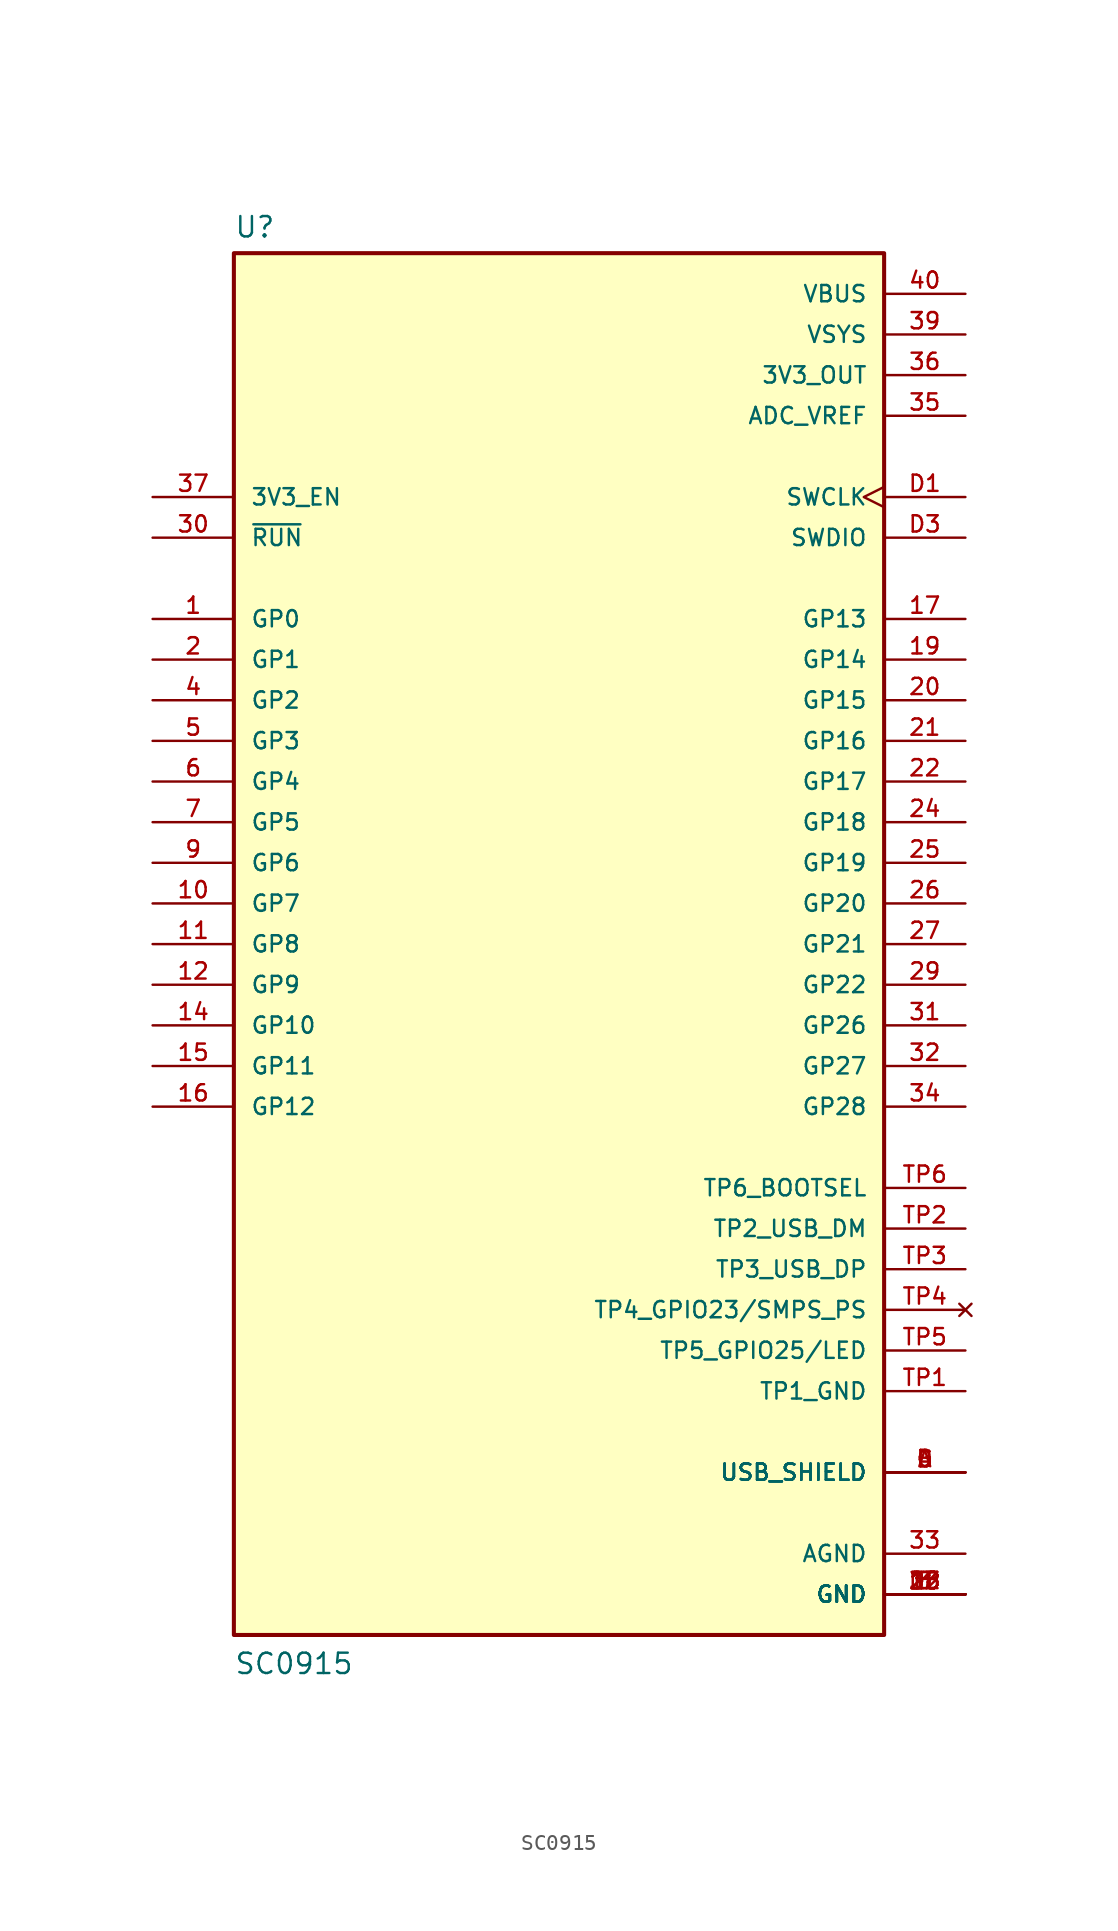
<source format=kicad_sym>
(kicad_symbol_lib
  (version 20211014)
  (generator kicad_symbol_editor)
  (symbol "SC0915"
    (pin_names
      (offset 1.016))
    (property "Reference" "U"
      (at -20.32 44.069 0)
      (effects (font (size 1.27 1.27)) (justify bottom left)))
    (property "Value" "SC0915"
      (at -20.32 -45.72 0)
      (effects (font (size 1.27 1.27)) (justify bottom left)))
    (symbol "SC0915_0_0"
      (rectangle (start -20.32 -43.18) (end 20.32 43.18) (stroke (width 0.254)) (fill (type background)))
      (pin bidirectional line (at -25.4 20.32 0) (length 5.08) (name "GP0" (effects (font (size 1.016 1.016)))) (number "1" (effects (font (size 1.016 1.016)))))
      (pin bidirectional line (at -25.4 17.78 0) (length 5.08) (name "GP1" (effects (font (size 1.016 1.016)))) (number "2" (effects (font (size 1.016 1.016)))))
      (pin power_in line (at 25.4 -40.64 180.0) (length 5.08) (name "GND" (effects (font (size 1.016 1.016)))) (number "3" (effects (font (size 1.016 1.016)))))
      (pin power_in line (at 25.4 -40.64 180.0) (length 5.08) (name "GND" (effects (font (size 1.016 1.016)))) (number "8" (effects (font (size 1.016 1.016)))))
      (pin power_in line (at 25.4 -40.64 180.0) (length 5.08) (name "GND" (effects (font (size 1.016 1.016)))) (number "13" (effects (font (size 1.016 1.016)))))
      (pin power_in line (at 25.4 -40.64 180.0) (length 5.08) (name "GND" (effects (font (size 1.016 1.016)))) (number "18" (effects (font (size 1.016 1.016)))))
      (pin power_in line (at 25.4 -40.64 180.0) (length 5.08) (name "GND" (effects (font (size 1.016 1.016)))) (number "23" (effects (font (size 1.016 1.016)))))
      (pin power_in line (at 25.4 -40.64 180.0) (length 5.08) (name "GND" (effects (font (size 1.016 1.016)))) (number "28" (effects (font (size 1.016 1.016)))))
      (pin power_in line (at 25.4 -40.64 180.0) (length 5.08) (name "GND" (effects (font (size 1.016 1.016)))) (number "38" (effects (font (size 1.016 1.016)))))
      (pin power_in line (at 25.4 -40.64 180.0) (length 5.08) (name "GND" (effects (font (size 1.016 1.016)))) (number "D2" (effects (font (size 1.016 1.016)))))
      (pin bidirectional line (at -25.4 15.24 0) (length 5.08) (name "GP2" (effects (font (size 1.016 1.016)))) (number "4" (effects (font (size 1.016 1.016)))))
      (pin bidirectional line (at -25.4 12.7 0) (length 5.08) (name "GP3" (effects (font (size 1.016 1.016)))) (number "5" (effects (font (size 1.016 1.016)))))
      (pin bidirectional line (at -25.4 10.16 0) (length 5.08) (name "GP4" (effects (font (size 1.016 1.016)))) (number "6" (effects (font (size 1.016 1.016)))))
      (pin bidirectional line (at -25.4 7.62 0) (length 5.08) (name "GP5" (effects (font (size 1.016 1.016)))) (number "7" (effects (font (size 1.016 1.016)))))
      (pin bidirectional line (at -25.4 5.08 0) (length 5.08) (name "GP6" (effects (font (size 1.016 1.016)))) (number "9" (effects (font (size 1.016 1.016)))))
      (pin bidirectional line (at -25.4 2.54 0) (length 5.08) (name "GP7" (effects (font (size 1.016 1.016)))) (number "10" (effects (font (size 1.016 1.016)))))
      (pin bidirectional line (at -25.4 -2.54 0) (length 5.08) (name "GP9" (effects (font (size 1.016 1.016)))) (number "12" (effects (font (size 1.016 1.016)))))
      (pin bidirectional line (at -25.4 0.0 0) (length 5.08) (name "GP8" (effects (font (size 1.016 1.016)))) (number "11" (effects (font (size 1.016 1.016)))))
      (pin bidirectional line (at -25.4 -5.08 0) (length 5.08) (name "GP10" (effects (font (size 1.016 1.016)))) (number "14" (effects (font (size 1.016 1.016)))))
      (pin bidirectional line (at -25.4 -7.62 0) (length 5.08) (name "GP11" (effects (font (size 1.016 1.016)))) (number "15" (effects (font (size 1.016 1.016)))))
      (pin bidirectional line (at -25.4 -10.16 0) (length 5.08) (name "GP12" (effects (font (size 1.016 1.016)))) (number "16" (effects (font (size 1.016 1.016)))))
      (pin bidirectional line (at 25.4 20.32 180.0) (length 5.08) (name "GP13" (effects (font (size 1.016 1.016)))) (number "17" (effects (font (size 1.016 1.016)))))
      (pin bidirectional line (at 25.4 17.78 180.0) (length 5.08) (name "GP14" (effects (font (size 1.016 1.016)))) (number "19" (effects (font (size 1.016 1.016)))))
      (pin bidirectional line (at 25.4 15.24 180.0) (length 5.08) (name "GP15" (effects (font (size 1.016 1.016)))) (number "20" (effects (font (size 1.016 1.016)))))
      (pin bidirectional line (at 25.4 12.7 180.0) (length 5.08) (name "GP16" (effects (font (size 1.016 1.016)))) (number "21" (effects (font (size 1.016 1.016)))))
      (pin bidirectional line (at 25.4 10.16 180.0) (length 5.08) (name "GP17" (effects (font (size 1.016 1.016)))) (number "22" (effects (font (size 1.016 1.016)))))
      (pin bidirectional line (at 25.4 7.62 180.0) (length 5.08) (name "GP18" (effects (font (size 1.016 1.016)))) (number "24" (effects (font (size 1.016 1.016)))))
      (pin bidirectional line (at 25.4 5.08 180.0) (length 5.08) (name "GP19" (effects (font (size 1.016 1.016)))) (number "25" (effects (font (size 1.016 1.016)))))
      (pin bidirectional line (at 25.4 2.54 180.0) (length 5.08) (name "GP20" (effects (font (size 1.016 1.016)))) (number "26" (effects (font (size 1.016 1.016)))))
      (pin bidirectional line (at 25.4 0.0 180.0) (length 5.08) (name "GP21" (effects (font (size 1.016 1.016)))) (number "27" (effects (font (size 1.016 1.016)))))
      (pin bidirectional line (at 25.4 -2.54 180.0) (length 5.08) (name "GP22" (effects (font (size 1.016 1.016)))) (number "29" (effects (font (size 1.016 1.016)))))
      (pin input line (at -25.4 25.4 0) (length 5.08) (name "~{RUN}" (effects (font (size 1.016 1.016)))) (number "30" (effects (font (size 1.016 1.016)))))
      (pin bidirectional line (at 25.4 -5.08 180.0) (length 5.08) (name "GP26" (effects (font (size 1.016 1.016)))) (number "31" (effects (font (size 1.016 1.016)))))
      (pin bidirectional line (at 25.4 -7.62 180.0) (length 5.08) (name "GP27" (effects (font (size 1.016 1.016)))) (number "32" (effects (font (size 1.016 1.016)))))
      (pin power_in line (at 25.4 -38.1 180.0) (length 5.08) (name "AGND" (effects (font (size 1.016 1.016)))) (number "33" (effects (font (size 1.016 1.016)))))
      (pin bidirectional line (at 25.4 -10.16 180.0) (length 5.08) (name "GP28" (effects (font (size 1.016 1.016)))) (number "34" (effects (font (size 1.016 1.016)))))
      (pin power_in line (at 25.4 33.02 180.0) (length 5.08) (name "ADC_VREF" (effects (font (size 1.016 1.016)))) (number "35" (effects (font (size 1.016 1.016)))))
      (pin power_in line (at 25.4 35.56 180.0) (length 5.08) (name "3V3_OUT" (effects (font (size 1.016 1.016)))) (number "36" (effects (font (size 1.016 1.016)))))
      (pin input line (at -25.4 27.94 0) (length 5.08) (name "3V3_EN" (effects (font (size 1.016 1.016)))) (number "37" (effects (font (size 1.016 1.016)))))
      (pin power_in line (at 25.4 38.1 180.0) (length 5.08) (name "VSYS" (effects (font (size 1.016 1.016)))) (number "39" (effects (font (size 1.016 1.016)))))
      (pin power_in line (at 25.4 40.64 180.0) (length 5.08) (name "VBUS" (effects (font (size 1.016 1.016)))) (number "40" (effects (font (size 1.016 1.016)))))
      (pin input clock (at 25.4 27.94 180.0) (length 5.08) (name "SWCLK" (effects (font (size 1.016 1.016)))) (number "D1" (effects (font (size 1.016 1.016)))))
      (pin bidirectional line (at 25.4 25.4 180.0) (length 5.08) (name "SWDIO" (effects (font (size 1.016 1.016)))) (number "D3" (effects (font (size 1.016 1.016)))))
      (pin power_in line (at 25.4 -27.94 180.0) (length 5.08) (name "TP1_GND" (effects (font (size 1.016 1.016)))) (number "TP1" (effects (font (size 1.016 1.016)))))
      (pin bidirectional line (at 25.4 -17.78 180.0) (length 5.08) (name "TP2_USB_DM" (effects (font (size 1.016 1.016)))) (number "TP2" (effects (font (size 1.016 1.016)))))
      (pin bidirectional line (at 25.4 -20.32 180.0) (length 5.08) (name "TP3_USB_DP" (effects (font (size 1.016 1.016)))) (number "TP3" (effects (font (size 1.016 1.016)))))
      (pin no_connect line (at 25.4 -22.86 180.0) (length 5.08) (name "TP4_GPIO23/SMPS_PS" (effects (font (size 1.016 1.016)))) (number "TP4" (effects (font (size 1.016 1.016)))))
      (pin output line (at 25.4 -25.4 180.0) (length 5.08) (name "TP5_GPIO25/LED" (effects (font (size 1.016 1.016)))) (number "TP5" (effects (font (size 1.016 1.016)))))
      (pin input line (at 25.4 -15.24 180.0) (length 5.08) (name "TP6_BOOTSEL" (effects (font (size 1.016 1.016)))) (number "TP6" (effects (font (size 1.016 1.016)))))
      (pin power_in line (at 25.4 -33.02 180.0) (length 5.08) (name "USB_SHIELD" (effects (font (size 1.016 1.016)))) (number "A" (effects (font (size 1.016 1.016)))))
      (pin power_in line (at 25.4 -33.02 180.0) (length 5.08) (name "USB_SHIELD" (effects (font (size 1.016 1.016)))) (number "B" (effects (font (size 1.016 1.016)))))
      (pin power_in line (at 25.4 -33.02 180.0) (length 5.08) (name "USB_SHIELD" (effects (font (size 1.016 1.016)))) (number "C" (effects (font (size 1.016 1.016)))))
      (pin power_in line (at 25.4 -33.02 180.0) (length 5.08) (name "USB_SHIELD" (effects (font (size 1.016 1.016)))) (number "D" (effects (font (size 1.016 1.016))))))))
</source>
